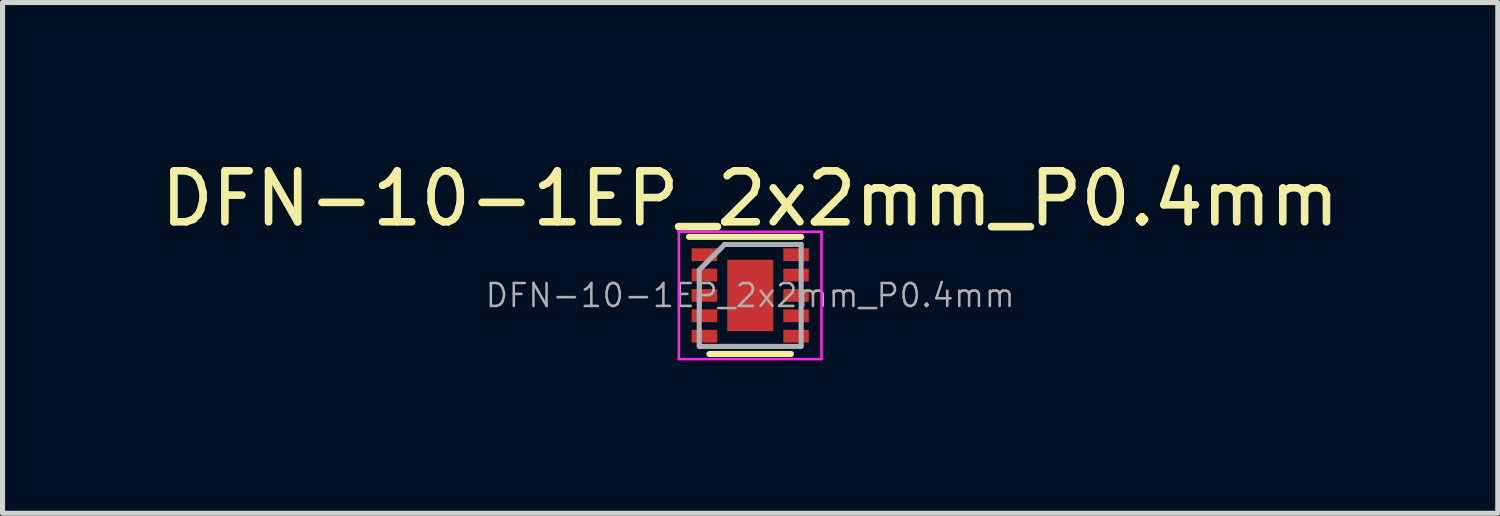
<source format=kicad_pcb>
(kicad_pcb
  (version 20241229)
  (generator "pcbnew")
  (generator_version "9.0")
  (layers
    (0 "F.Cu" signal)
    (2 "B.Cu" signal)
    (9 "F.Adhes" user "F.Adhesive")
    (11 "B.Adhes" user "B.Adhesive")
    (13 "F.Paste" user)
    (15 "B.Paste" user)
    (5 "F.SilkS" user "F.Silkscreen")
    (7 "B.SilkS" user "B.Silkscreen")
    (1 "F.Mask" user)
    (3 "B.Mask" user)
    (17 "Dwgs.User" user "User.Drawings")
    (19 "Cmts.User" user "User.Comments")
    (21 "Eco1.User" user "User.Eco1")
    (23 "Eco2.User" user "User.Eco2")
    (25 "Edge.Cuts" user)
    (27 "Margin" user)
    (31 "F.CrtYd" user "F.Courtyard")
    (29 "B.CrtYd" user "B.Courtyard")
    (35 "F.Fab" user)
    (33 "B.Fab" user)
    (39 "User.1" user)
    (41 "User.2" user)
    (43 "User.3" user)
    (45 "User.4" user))
  (footprint "DFN-10-1EP_2x2mm_P0.4mm"
    (layer "F.Cu")
    (at 11.673 2.748)
    (property "Reference" "DFN-10-1EP_2x2mm_P0.4mm" (at 0 -1.9 0) (layer "F.SilkS") (effects (font (size 1 1) (thickness 0.15))))
    (attr smd)
    (fp_line (start 0.8 1.15) (end -0.8 1.15) (stroke (width 0.12) (type solid)) (layer "F.SilkS"))
    (fp_line (start 1 -1.15) (end -1.2 -1.15) (stroke (width 0.12) (type solid)) (layer "F.SilkS"))
    (fp_line (start -1.4 1.25) (end -1.4 -1.25) (stroke (width 0.05) (type solid)) (layer "F.CrtYd"))
    (fp_line (start -1.4 1.25) (end 1.4 1.25) (stroke (width 0.05) (type solid)) (layer "F.CrtYd"))
    (fp_line (start 1.4 -1.25) (end -1.4 -1.25) (stroke (width 0.05) (type solid)) (layer "F.CrtYd"))
    (fp_line (start 1.4 -1.25) (end 1.4 1.25) (stroke (width 0.05) (type solid)) (layer "F.CrtYd"))
    (fp_line (start -1 -0.5) (end -1 1) (stroke (width 0.1) (type solid)) (layer "F.Fab"))
    (fp_line (start -0.5 -1) (end -1 -0.5) (stroke (width 0.1) (type solid)) (layer "F.Fab"))
    (fp_line (start 1 -1) (end -0.5 -1) (stroke (width 0.1) (type solid)) (layer "F.Fab"))
    (fp_line (start 1 1) (end -1 1) (stroke (width 0.1) (type solid)) (layer "F.Fab"))
    (fp_line (start 1 1) (end 1 -1) (stroke (width 0.1) (type solid)) (layer "F.Fab"))
    (fp_text user "${REFERENCE}" (at 0 0 0) (layer "F.Fab") (effects (font (size 0.45 0.45) (thickness 0.05))))
    (pad "1" smd rect (at -0.9 -0.8) (size 0.5 0.25) (layers "F.Cu" "F.Mask" "F.Paste"))
    (pad "2" smd rect (at -0.9 -0.4) (size 0.5 0.25) (layers "F.Cu" "F.Mask" "F.Paste"))
    (pad "3" smd rect (at -0.9 0) (size 0.5 0.25) (layers "F.Cu" "F.Mask" "F.Paste"))
    (pad "4" smd rect (at -0.9 0.4) (size 0.5 0.25) (layers "F.Cu" "F.Mask" "F.Paste"))
    (pad "5" smd rect (at -0.9 0.8) (size 0.5 0.25) (layers "F.Cu" "F.Mask" "F.Paste"))
    (pad "6" smd rect (at 0.9 0.8) (size 0.5 0.25) (layers "F.Cu" "F.Mask" "F.Paste"))
    (pad "7" smd rect (at 0.9 0.4) (size 0.5 0.25) (layers "F.Cu" "F.Mask" "F.Paste"))
    (pad "8" smd rect (at 0.9 0) (size 0.5 0.25) (layers "F.Cu" "F.Mask" "F.Paste"))
    (pad "9" smd rect (at 0.9 -0.4) (size 0.5 0.25) (layers "F.Cu" "F.Mask" "F.Paste"))
    (pad "10" smd rect (at 0.9 -0.8) (size 0.5 0.25) (layers "F.Cu" "F.Mask" "F.Paste"))
    (pad "11" smd rect (at 0 0) (size 0.9 1.4) (layers "F.Cu" "F.Mask" "F.Paste")))
  (gr_rect
    (start -3 -3)
    (end 26.345 7.023)
    (stroke (width 0.1) (type default))
    (fill no)
    (layer "Edge.Cuts")))
</source>
